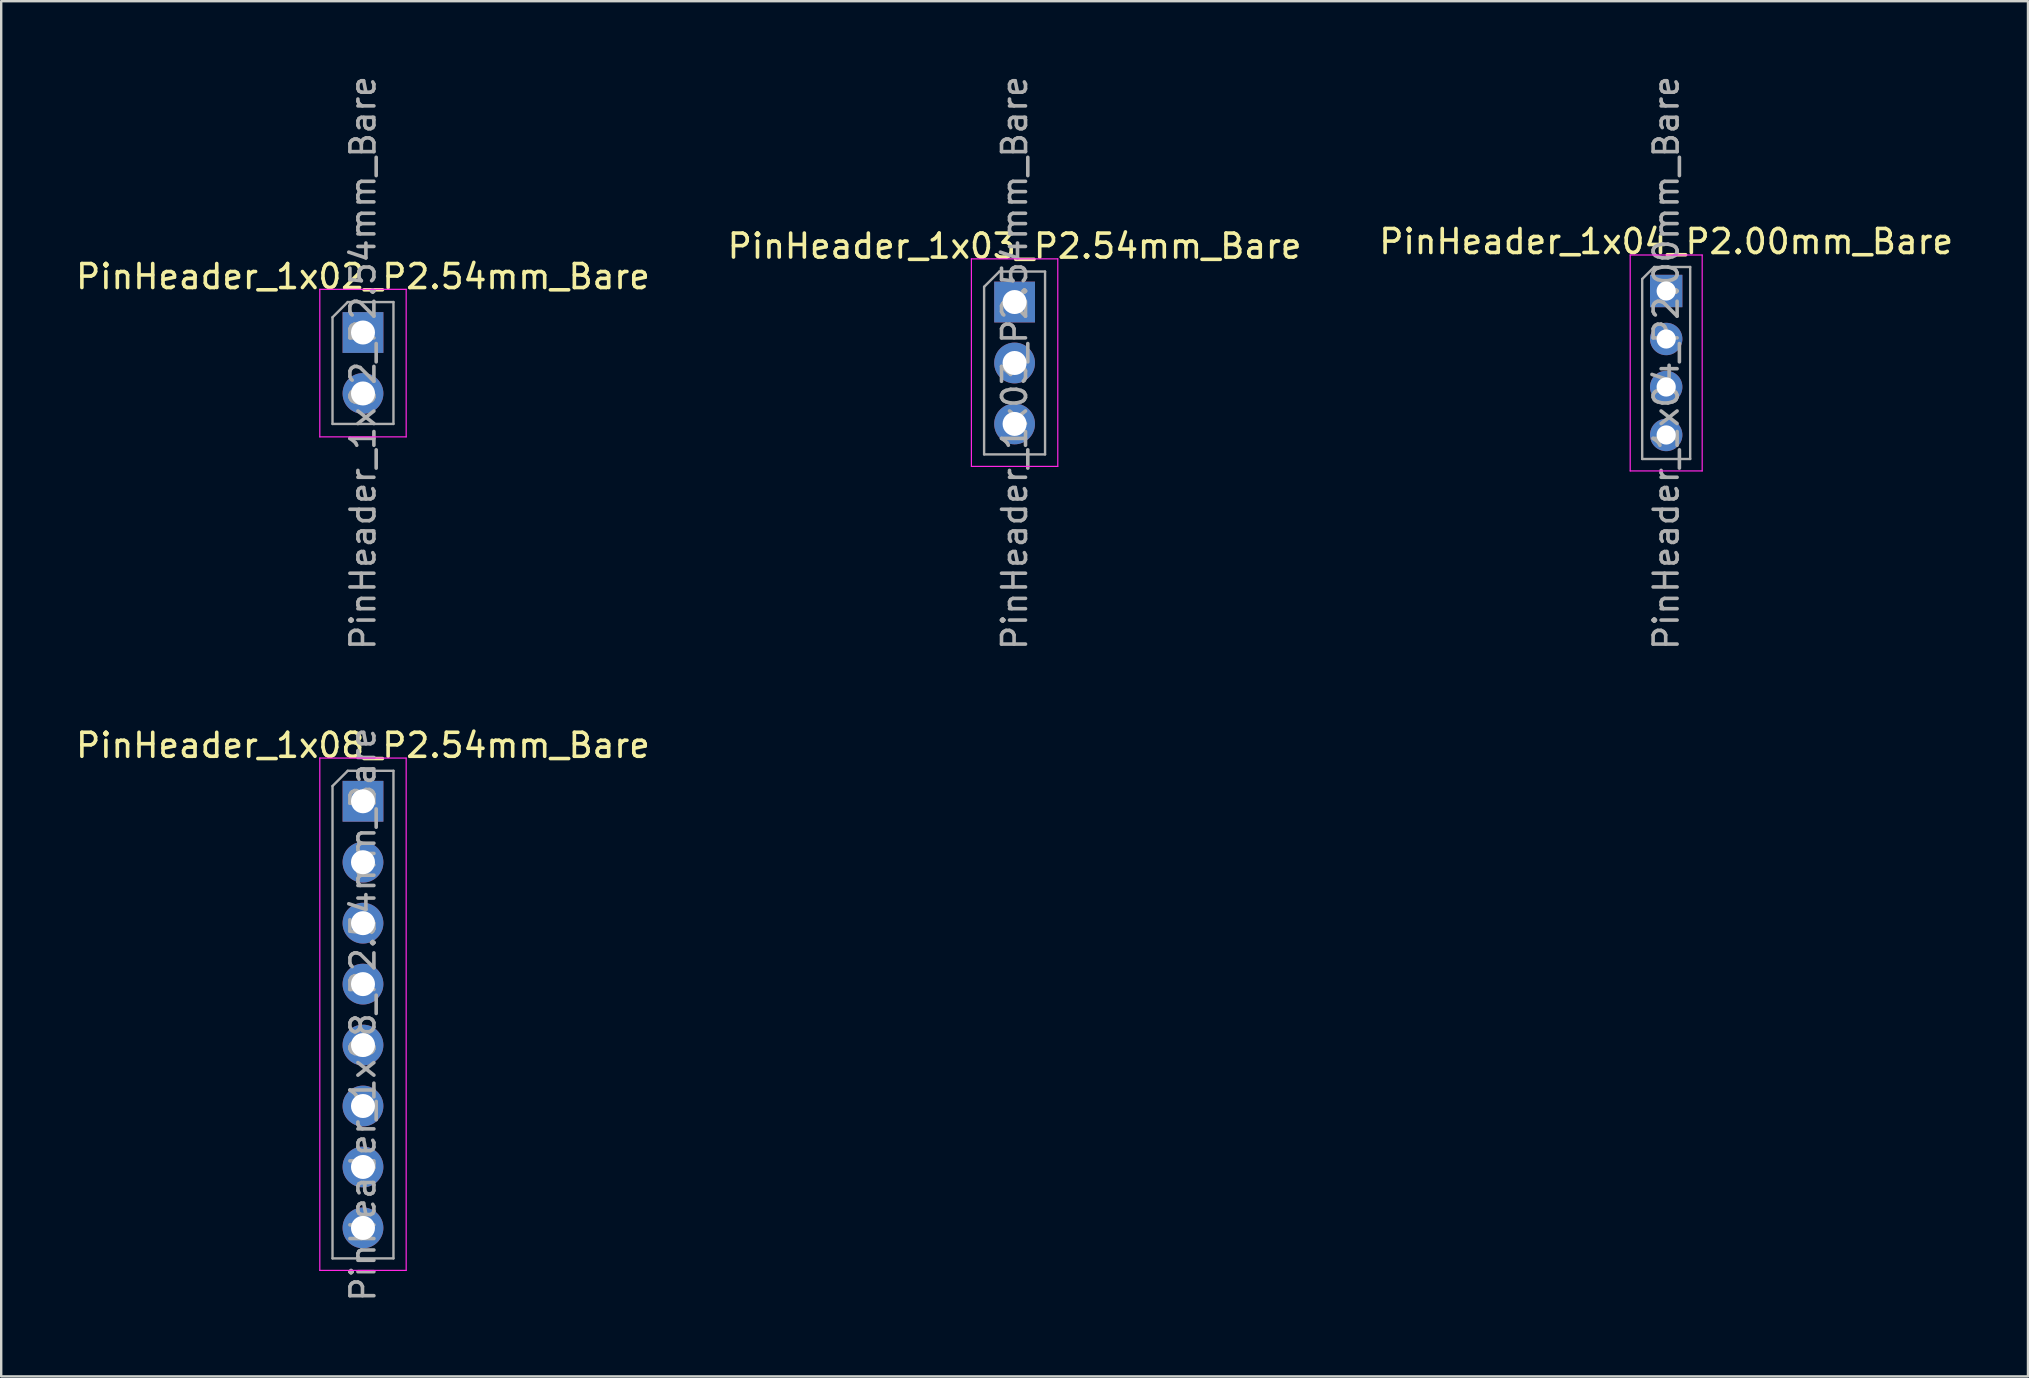
<source format=kicad_pcb>
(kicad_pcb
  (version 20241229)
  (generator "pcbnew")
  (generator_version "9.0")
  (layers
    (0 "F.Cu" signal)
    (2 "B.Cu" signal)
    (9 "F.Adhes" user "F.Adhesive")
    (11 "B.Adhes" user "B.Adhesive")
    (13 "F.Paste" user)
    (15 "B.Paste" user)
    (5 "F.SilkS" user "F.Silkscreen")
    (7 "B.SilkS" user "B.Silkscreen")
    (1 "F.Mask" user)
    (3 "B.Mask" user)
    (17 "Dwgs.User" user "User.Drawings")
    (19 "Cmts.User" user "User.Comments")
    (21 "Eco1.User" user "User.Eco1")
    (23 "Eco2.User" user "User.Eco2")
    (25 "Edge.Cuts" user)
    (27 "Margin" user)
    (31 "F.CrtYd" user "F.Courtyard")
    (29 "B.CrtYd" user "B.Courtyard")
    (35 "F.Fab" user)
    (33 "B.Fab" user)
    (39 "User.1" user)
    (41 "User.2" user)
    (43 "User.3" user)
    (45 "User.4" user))
  (footprint "PinHeader_1x03_P2.54mm_Bare"
    (layer "F.Cu")
    (at 39.232 9.537)
    (property "Reference" "PinHeader_1x03_P2.54mm_Bare" (at 0 -2.33 0) (layer "F.SilkS") (effects (font (size 1 1) (thickness 0.15))))
    (attr through_hole)
    (fp_line (start -1.8 -1.8) (end -1.8 6.85) (stroke (width 0.05) (type solid)) (layer "F.CrtYd"))
    (fp_line (start -1.8 6.85) (end 1.8 6.85) (stroke (width 0.05) (type solid)) (layer "F.CrtYd"))
    (fp_line (start 1.8 -1.8) (end -1.8 -1.8) (stroke (width 0.05) (type solid)) (layer "F.CrtYd"))
    (fp_line (start 1.8 6.85) (end 1.8 -1.8) (stroke (width 0.05) (type solid)) (layer "F.CrtYd"))
    (fp_line (start -1.27 -0.635) (end -0.635 -1.27) (stroke (width 0.1) (type solid)) (layer "F.Fab"))
    (fp_line (start -1.27 6.35) (end -1.27 -0.635) (stroke (width 0.1) (type solid)) (layer "F.Fab"))
    (fp_line (start -0.635 -1.27) (end 1.27 -1.27) (stroke (width 0.1) (type solid)) (layer "F.Fab"))
    (fp_line (start 1.27 -1.27) (end 1.27 6.35) (stroke (width 0.1) (type solid)) (layer "F.Fab"))
    (fp_line (start 1.27 6.35) (end -1.27 6.35) (stroke (width 0.1) (type solid)) (layer "F.Fab"))
    (fp_text user "${REFERENCE}" (at 0 2.54 90) (layer "F.Fab") (effects (font (size 1 1) (thickness 0.15))))
    (pad "1" thru_hole rect (at 0 0) (size 1.7 1.7) (drill 1) (layers "*.Cu" "*.Mask"))
    (pad "2" thru_hole oval (at 0 2.54) (size 1.7 1.7) (drill 1) (layers "*.Cu" "*.Mask"))
    (pad "3" thru_hole oval (at 0 5.08) (size 1.7 1.7) (drill 1) (layers "*.Cu" "*.Mask")))
  (footprint "PinHeader_1x08_P2.54mm_Bare"
    (layer "F.Cu")
    (at 12.077 30.342)
    (property "Reference" "PinHeader_1x08_P2.54mm_Bare" (at 0 -2.33 0) (layer "F.SilkS") (effects (font (size 1 1) (thickness 0.15))))
    (attr through_hole)
    (fp_line (start -1.8 -1.8) (end -1.8 19.55) (stroke (width 0.05) (type solid)) (layer "F.CrtYd"))
    (fp_line (start -1.8 19.55) (end 1.8 19.55) (stroke (width 0.05) (type solid)) (layer "F.CrtYd"))
    (fp_line (start 1.8 -1.8) (end -1.8 -1.8) (stroke (width 0.05) (type solid)) (layer "F.CrtYd"))
    (fp_line (start 1.8 19.55) (end 1.8 -1.8) (stroke (width 0.05) (type solid)) (layer "F.CrtYd"))
    (fp_line (start -1.27 -0.635) (end -0.635 -1.27) (stroke (width 0.1) (type solid)) (layer "F.Fab"))
    (fp_line (start -1.27 19.05) (end -1.27 -0.635) (stroke (width 0.1) (type solid)) (layer "F.Fab"))
    (fp_line (start -0.635 -1.27) (end 1.27 -1.27) (stroke (width 0.1) (type solid)) (layer "F.Fab"))
    (fp_line (start 1.27 -1.27) (end 1.27 19.05) (stroke (width 0.1) (type solid)) (layer "F.Fab"))
    (fp_line (start 1.27 19.05) (end -1.27 19.05) (stroke (width 0.1) (type solid)) (layer "F.Fab"))
    (fp_text user "${REFERENCE}" (at 0 8.89 90) (layer "F.Fab") (effects (font (size 1 1) (thickness 0.15))))
    (pad "1" thru_hole rect (at 0 0) (size 1.7 1.7) (drill 1) (layers "*.Cu" "*.Mask"))
    (pad "2" thru_hole oval (at 0 2.54) (size 1.7 1.7) (drill 1) (layers "*.Cu" "*.Mask"))
    (pad "3" thru_hole oval (at 0 5.08) (size 1.7 1.7) (drill 1) (layers "*.Cu" "*.Mask"))
    (pad "4" thru_hole oval (at 0 7.62) (size 1.7 1.7) (drill 1) (layers "*.Cu" "*.Mask"))
    (pad "5" thru_hole oval (at 0 10.16) (size 1.7 1.7) (drill 1) (layers "*.Cu" "*.Mask"))
    (pad "6" thru_hole oval (at 0 12.7) (size 1.7 1.7) (drill 1) (layers "*.Cu" "*.Mask"))
    (pad "7" thru_hole oval (at 0 15.24) (size 1.7 1.7) (drill 1) (layers "*.Cu" "*.Mask"))
    (pad "8" thru_hole oval (at 0 17.78) (size 1.7 1.7) (drill 1) (layers "*.Cu" "*.Mask")))
  (footprint "PinHeader_1x04_P2.00mm_Bare"
    (layer "F.Cu")
    (at 66.387 9.077)
    (property "Reference" "PinHeader_1x04_P2.00mm_Bare" (at 0 -2.06 0) (layer "F.SilkS") (effects (font (size 1 1) (thickness 0.15))))
    (attr through_hole)
    (fp_line (start -1.5 -1.5) (end -1.5 7.5) (stroke (width 0.05) (type solid)) (layer "F.CrtYd"))
    (fp_line (start -1.5 7.5) (end 1.5 7.5) (stroke (width 0.05) (type solid)) (layer "F.CrtYd"))
    (fp_line (start 1.5 -1.5) (end -1.5 -1.5) (stroke (width 0.05) (type solid)) (layer "F.CrtYd"))
    (fp_line (start 1.5 7.5) (end 1.5 -1.5) (stroke (width 0.05) (type solid)) (layer "F.CrtYd"))
    (fp_line (start -1 -0.5) (end -0.5 -1) (stroke (width 0.1) (type solid)) (layer "F.Fab"))
    (fp_line (start -1 7) (end -1 -0.5) (stroke (width 0.1) (type solid)) (layer "F.Fab"))
    (fp_line (start -0.5 -1) (end 1 -1) (stroke (width 0.1) (type solid)) (layer "F.Fab"))
    (fp_line (start 1 -1) (end 1 7) (stroke (width 0.1) (type solid)) (layer "F.Fab"))
    (fp_line (start 1 7) (end -1 7) (stroke (width 0.1) (type solid)) (layer "F.Fab"))
    (fp_text user "${REFERENCE}" (at 0 3 90) (layer "F.Fab") (effects (font (size 1 1) (thickness 0.15))))
    (pad "1" thru_hole rect (at 0 0) (size 1.35 1.35) (drill 0.8) (layers "*.Cu" "*.Mask"))
    (pad "2" thru_hole oval (at 0 2) (size 1.35 1.35) (drill 0.8) (layers "*.Cu" "*.Mask"))
    (pad "3" thru_hole oval (at 0 4) (size 1.35 1.35) (drill 0.8) (layers "*.Cu" "*.Mask"))
    (pad "4" thru_hole oval (at 0 6) (size 1.35 1.35) (drill 0.8) (layers "*.Cu" "*.Mask")))
  (footprint "PinHeader_1x02_P2.54mm_Bare"
    (layer "F.Cu")
    (at 12.077 10.807)
    (property "Reference" "PinHeader_1x02_P2.54mm_Bare" (at 0 -2.33 0) (layer "F.SilkS") (effects (font (size 1 1) (thickness 0.15))))
    (attr through_hole)
    (fp_line (start -1.8 -1.8) (end -1.8 4.35) (stroke (width 0.05) (type solid)) (layer "F.CrtYd"))
    (fp_line (start -1.8 4.35) (end 1.8 4.35) (stroke (width 0.05) (type solid)) (layer "F.CrtYd"))
    (fp_line (start 1.8 -1.8) (end -1.8 -1.8) (stroke (width 0.05) (type solid)) (layer "F.CrtYd"))
    (fp_line (start 1.8 4.35) (end 1.8 -1.8) (stroke (width 0.05) (type solid)) (layer "F.CrtYd"))
    (fp_line (start -1.27 -0.635) (end -0.635 -1.27) (stroke (width 0.1) (type solid)) (layer "F.Fab"))
    (fp_line (start -1.27 3.81) (end -1.27 -0.635) (stroke (width 0.1) (type solid)) (layer "F.Fab"))
    (fp_line (start -0.635 -1.27) (end 1.27 -1.27) (stroke (width 0.1) (type solid)) (layer "F.Fab"))
    (fp_line (start 1.27 -1.27) (end 1.27 3.81) (stroke (width 0.1) (type solid)) (layer "F.Fab"))
    (fp_line (start 1.27 3.81) (end -1.27 3.81) (stroke (width 0.1) (type solid)) (layer "F.Fab"))
    (fp_text user "${REFERENCE}" (at 0 1.27 90) (layer "F.Fab") (effects (font (size 1 1) (thickness 0.15))))
    (pad "1" thru_hole rect (at 0 0) (size 1.7 1.7) (drill 1) (layers "*.Cu" "*.Mask"))
    (pad "2" thru_hole oval (at 0 2.54) (size 1.7 1.7) (drill 1) (layers "*.Cu" "*.Mask")))
  (gr_rect
    (start -3 -3)
    (end 81.464 54.31)
    (stroke (width 0.1) (type default))
    (fill no)
    (layer "Edge.Cuts")))
</source>
